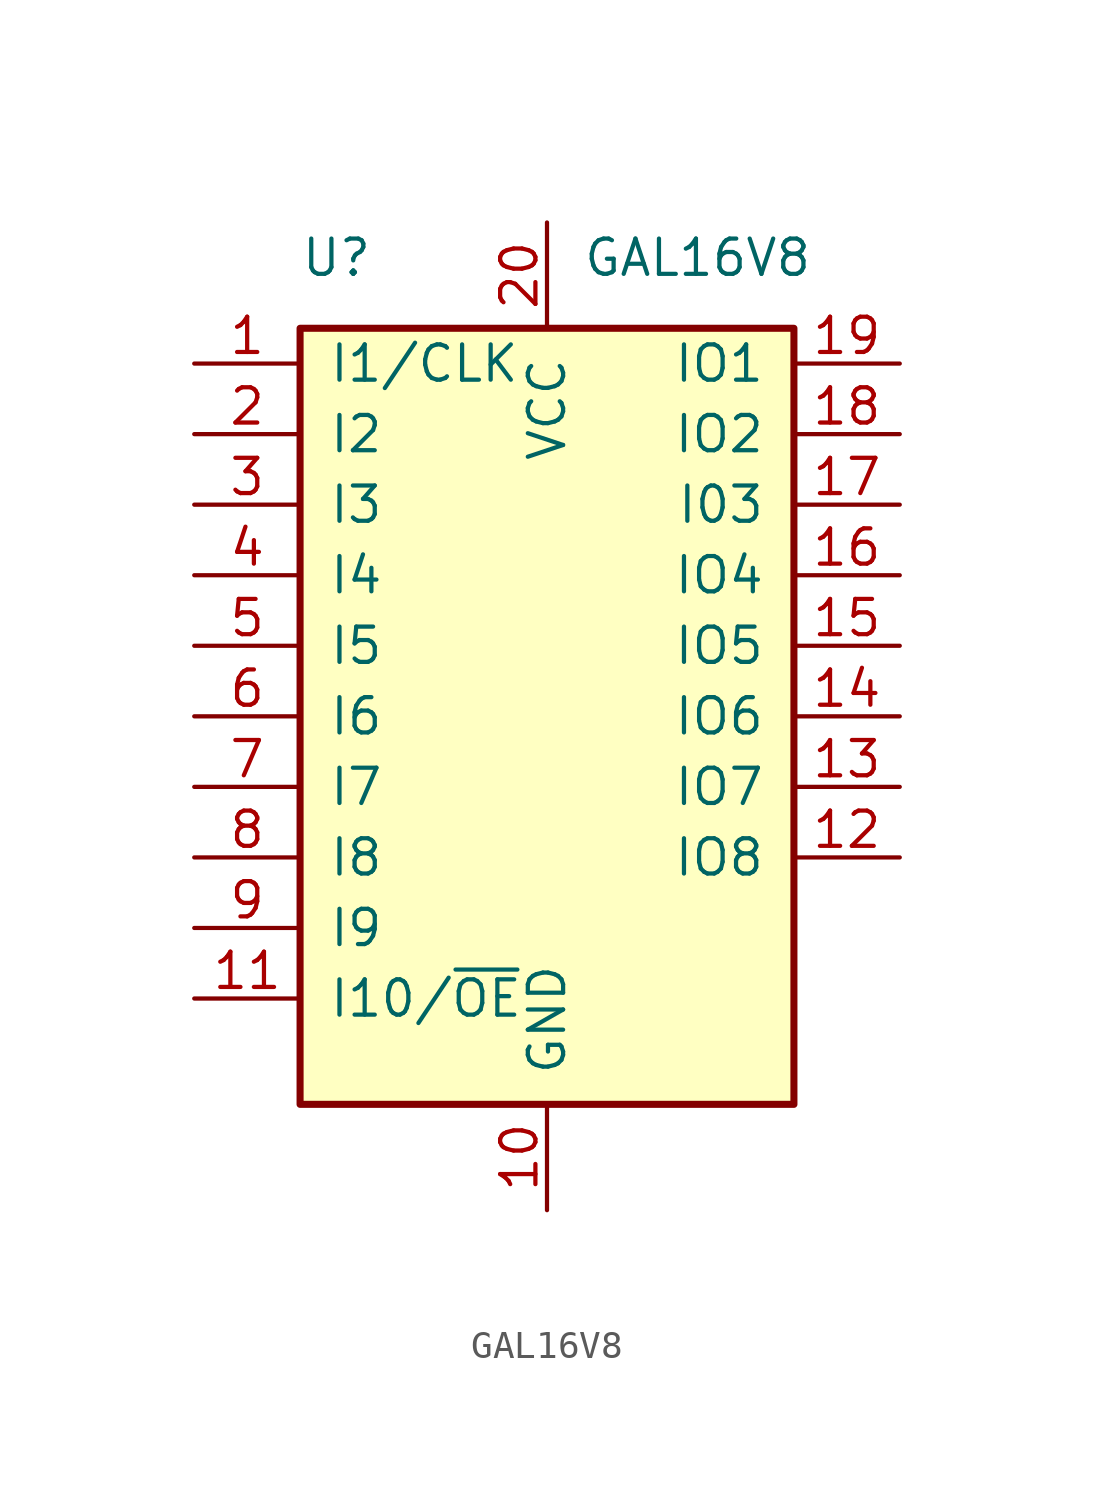
<source format=kicad_sym>
(kicad_symbol_lib
  (version 20211014)
  (generator kicad_symbol_editor)
  (symbol "GAL16V8"
    (pin_names
      (offset 1.016))
    (property "Reference" "U"
      (at -8.89 16.51 0)
      (effects (font (size 1.27 1.27)) (justify left)))
    (property "Value" "GAL16V8"
      (at 1.27 16.51 0)
      (effects (font (size 1.27 1.27)) (justify left)))
    (symbol "GAL16V8_0_0"
      (pin power_in line (at 0 -17.78 90) (length 3.81) (name "GND" (effects (font (size 1.27 1.27)))) (number "10" (effects (font (size 1.27 1.27)))))
      (pin power_in line (at 0 17.78 270) (length 3.81) (name "VCC" (effects (font (size 1.27 1.27)))) (number "20" (effects (font (size 1.27 1.27))))))
    (symbol "GAL16V8_0_1"
      (rectangle (start -8.89 13.97) (end 8.89 -13.97) (stroke (width 0.254) (type default) (color 0 0 0 0)) (fill (type background))))
    (symbol "GAL16V8_1_1"
      (pin input line (at -12.7 12.7 0) (length 3.81) (name "I1/CLK" (effects (font (size 1.27 1.27)))) (number "1" (effects (font (size 1.27 1.27)))))
      (pin input line (at -12.7 -10.16 0) (length 3.81) (name "I10/~{OE}" (effects (font (size 1.27 1.27)))) (number "11" (effects (font (size 1.27 1.27)))))
      (pin tri_state line (at 12.7 -5.08 180) (length 3.81) (name "IO8" (effects (font (size 1.27 1.27)))) (number "12" (effects (font (size 1.27 1.27)))))
      (pin tri_state line (at 12.7 -2.54 180) (length 3.81) (name "IO7" (effects (font (size 1.27 1.27)))) (number "13" (effects (font (size 1.27 1.27)))))
      (pin tri_state line (at 12.7 0 180) (length 3.81) (name "IO6" (effects (font (size 1.27 1.27)))) (number "14" (effects (font (size 1.27 1.27)))))
      (pin tri_state line (at 12.7 2.54 180) (length 3.81) (name "IO5" (effects (font (size 1.27 1.27)))) (number "15" (effects (font (size 1.27 1.27)))))
      (pin tri_state line (at 12.7 5.08 180) (length 3.81) (name "IO4" (effects (font (size 1.27 1.27)))) (number "16" (effects (font (size 1.27 1.27)))))
      (pin tri_state line (at 12.7 7.62 180) (length 3.81) (name "I03" (effects (font (size 1.27 1.27)))) (number "17" (effects (font (size 1.27 1.27)))))
      (pin tri_state line (at 12.7 10.16 180) (length 3.81) (name "IO2" (effects (font (size 1.27 1.27)))) (number "18" (effects (font (size 1.27 1.27)))))
      (pin tri_state line (at 12.7 12.7 180) (length 3.81) (name "IO1" (effects (font (size 1.27 1.27)))) (number "19" (effects (font (size 1.27 1.27)))))
      (pin input line (at -12.7 10.16 0) (length 3.81) (name "I2" (effects (font (size 1.27 1.27)))) (number "2" (effects (font (size 1.27 1.27)))))
      (pin input line (at -12.7 7.62 0) (length 3.81) (name "I3" (effects (font (size 1.27 1.27)))) (number "3" (effects (font (size 1.27 1.27)))))
      (pin input line (at -12.7 5.08 0) (length 3.81) (name "I4" (effects (font (size 1.27 1.27)))) (number "4" (effects (font (size 1.27 1.27)))))
      (pin input line (at -12.7 2.54 0) (length 3.81) (name "I5" (effects (font (size 1.27 1.27)))) (number "5" (effects (font (size 1.27 1.27)))))
      (pin input line (at -12.7 0 0) (length 3.81) (name "I6" (effects (font (size 1.27 1.27)))) (number "6" (effects (font (size 1.27 1.27)))))
      (pin input line (at -12.7 -2.54 0) (length 3.81) (name "I7" (effects (font (size 1.27 1.27)))) (number "7" (effects (font (size 1.27 1.27)))))
      (pin input line (at -12.7 -5.08 0) (length 3.81) (name "I8" (effects (font (size 1.27 1.27)))) (number "8" (effects (font (size 1.27 1.27)))))
      (pin input line (at -12.7 -7.62 0) (length 3.81) (name "I9" (effects (font (size 1.27 1.27)))) (number "9" (effects (font (size 1.27 1.27))))))))
</source>
